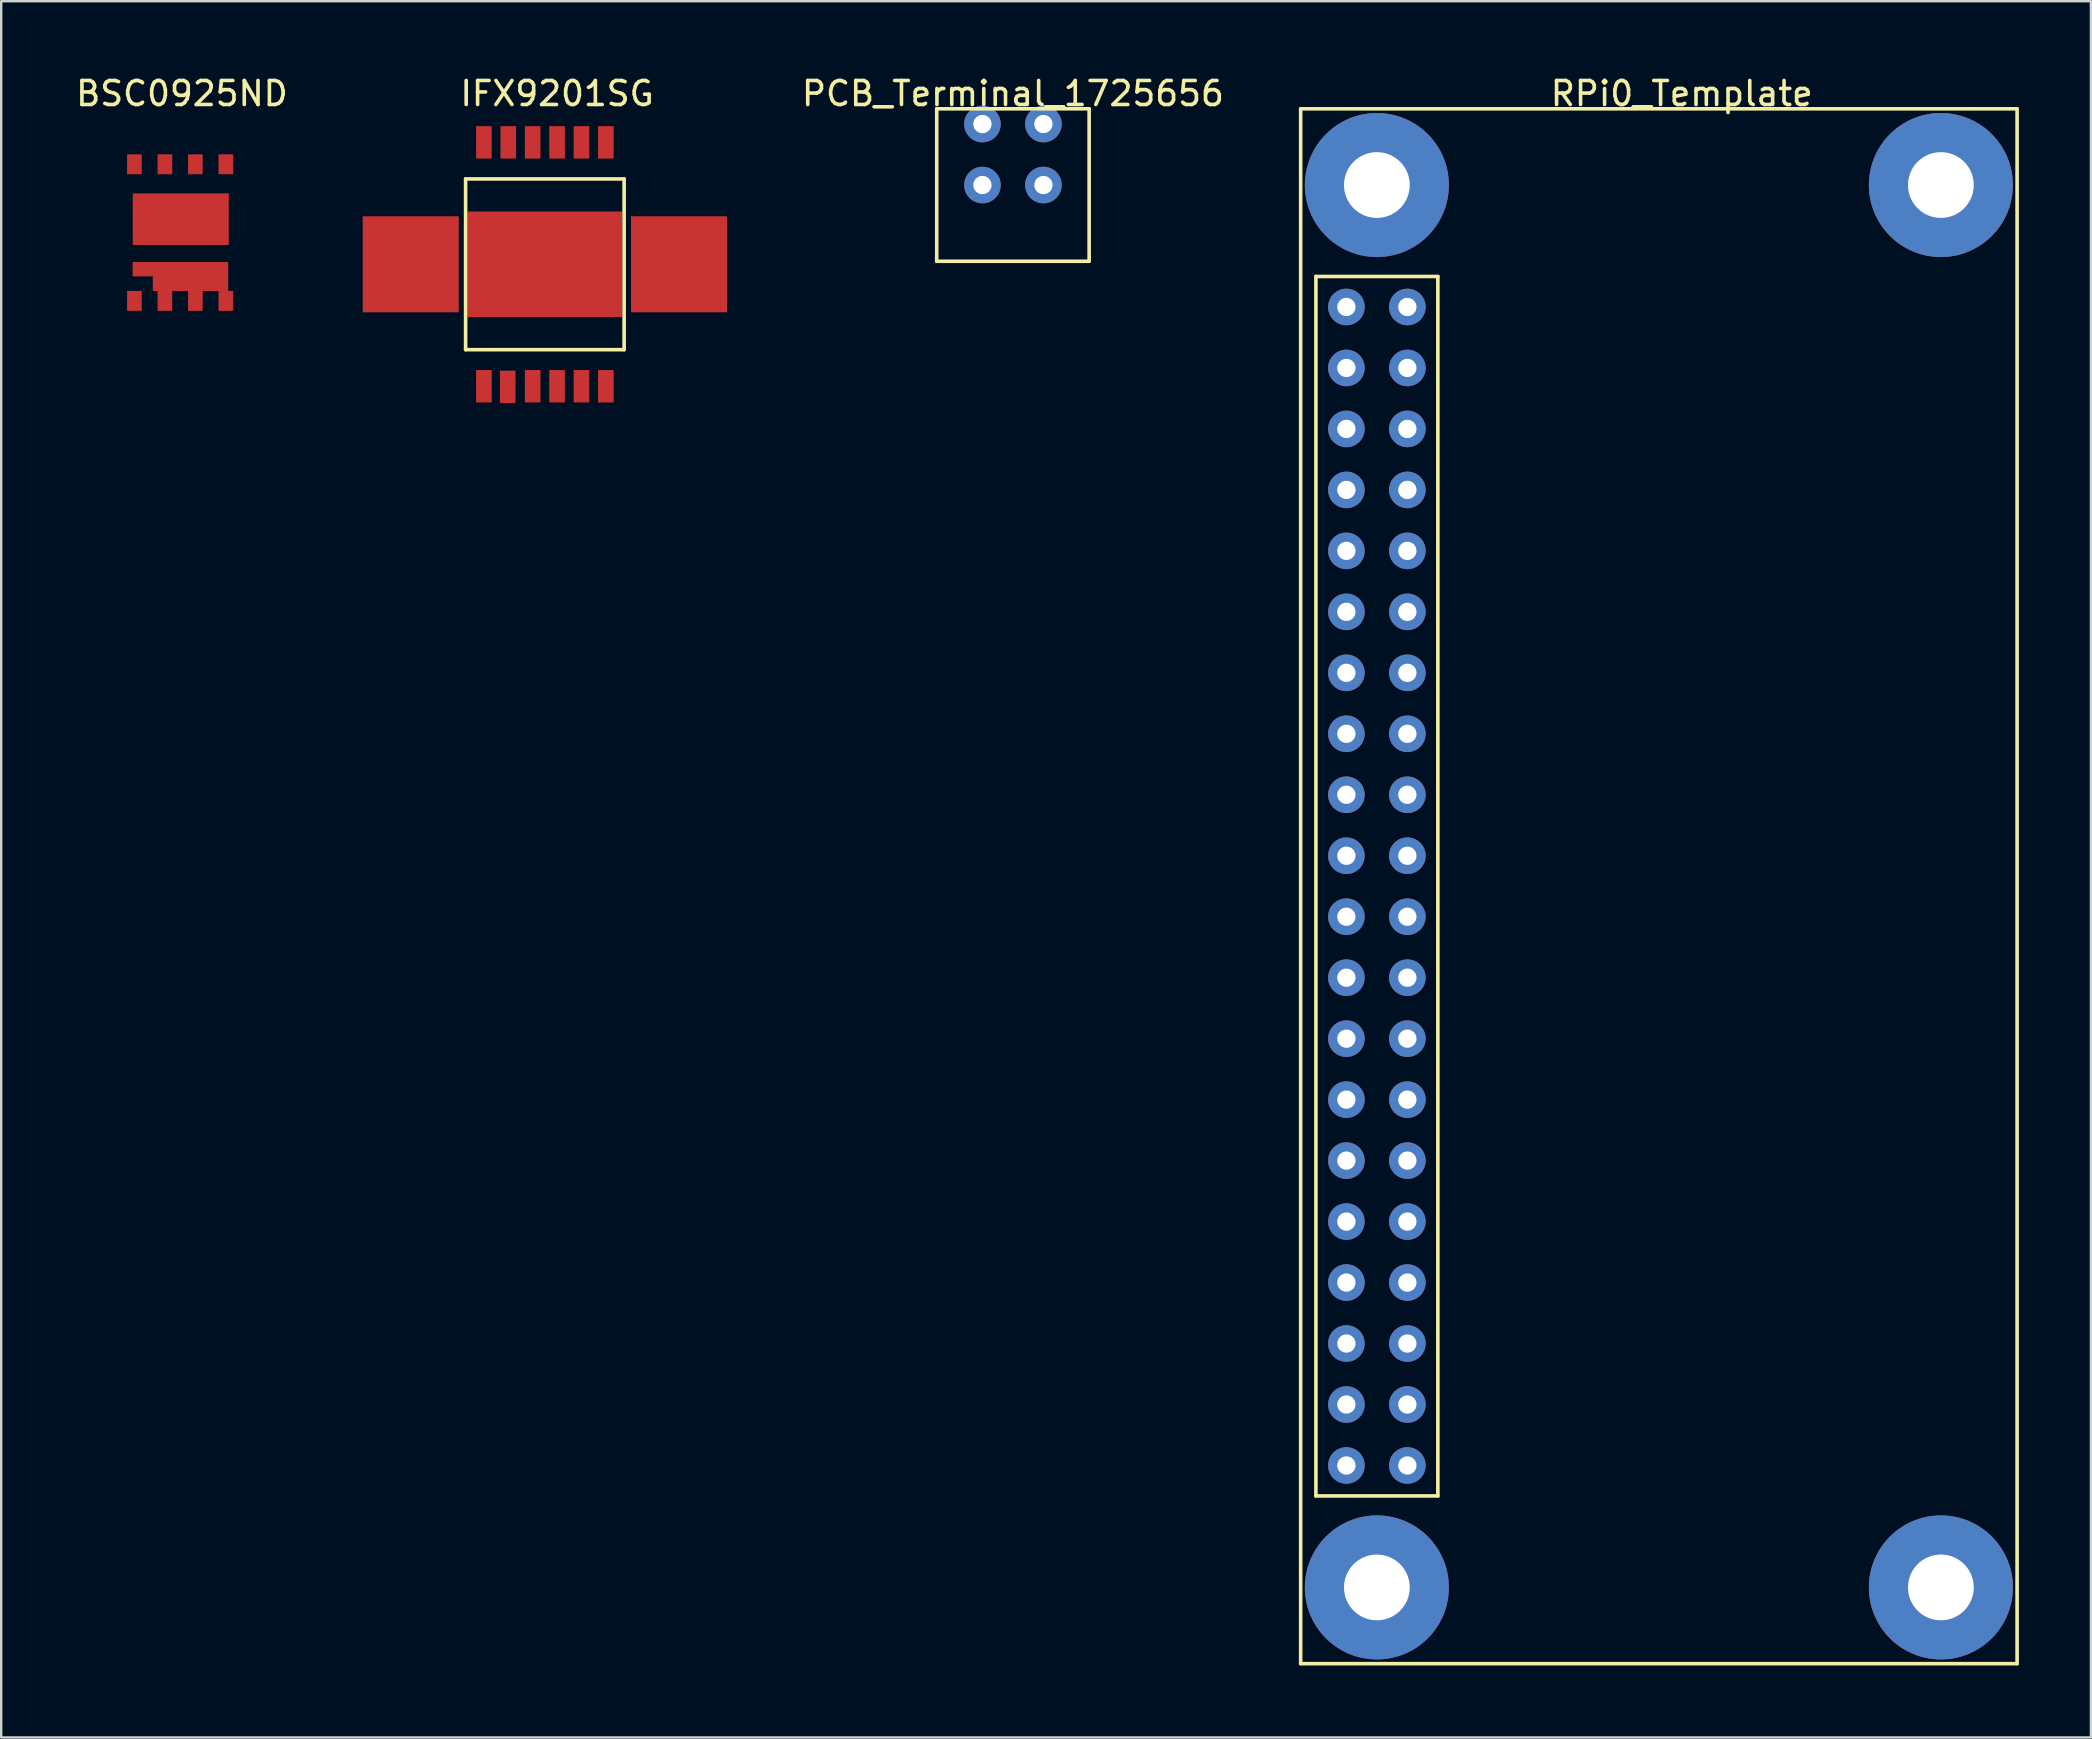
<source format=kicad_pcb>
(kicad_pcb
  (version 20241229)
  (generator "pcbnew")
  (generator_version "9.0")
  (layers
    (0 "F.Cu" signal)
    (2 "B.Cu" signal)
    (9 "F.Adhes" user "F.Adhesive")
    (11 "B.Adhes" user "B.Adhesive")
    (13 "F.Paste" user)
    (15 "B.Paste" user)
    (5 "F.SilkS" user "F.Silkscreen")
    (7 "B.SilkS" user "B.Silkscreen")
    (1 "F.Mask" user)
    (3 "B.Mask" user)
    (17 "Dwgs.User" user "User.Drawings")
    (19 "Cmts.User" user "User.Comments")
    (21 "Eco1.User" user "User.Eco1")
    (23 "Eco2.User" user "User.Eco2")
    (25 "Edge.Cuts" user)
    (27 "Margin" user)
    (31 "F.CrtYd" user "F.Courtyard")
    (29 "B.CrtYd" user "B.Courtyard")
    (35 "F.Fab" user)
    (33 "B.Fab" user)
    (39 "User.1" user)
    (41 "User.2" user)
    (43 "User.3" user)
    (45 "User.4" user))
  (footprint "BSC0925ND"
    (layer "F.Cu")
    (at 4.479 6.639)
    (property "Reference" "BSC0925ND" (at 0.051 -5.791 0) (layer "F.SilkS") (effects (font (size 1 1) (thickness 0.15))))
    (attr through_hole)
    (pad "1" smd rect (at -1.93 2.845 90) (size 0.83 0.61) (layers "F.Cu" "F.Mask" "F.Paste"))
    (pad "2" smd rect (at -0.66 2.845 90) (size 0.83 0.61) (layers "F.Cu" "F.Mask" "F.Paste"))
    (pad "3" smd rect (at 0.61 2.845 270) (size 0.83 0.61) (layers "F.Cu" "F.Mask" "F.Paste"))
    (pad "4" smd rect (at 1.88 2.845 90) (size 0.83 0.61) (layers "F.Cu" "F.Mask" "F.Paste"))
    (pad "5" smd rect (at 1.88 -2.845 90) (size 0.83 0.61) (layers "F.Cu" "F.Mask" "F.Paste"))
    (pad "6" smd rect (at 0.61 -2.845 90) (size 0.83 0.61) (layers "F.Cu" "F.Mask" "F.Paste"))
    (pad "7" smd rect (at -0.66 -2.845 90) (size 0.83 0.61) (layers "F.Cu" "F.Mask" "F.Paste"))
    (pad "8" smd rect (at -1.93 -2.845 90) (size 0.83 0.61) (layers "F.Cu" "F.Mask" "F.Paste"))
    (pad "9" smd rect (at 0 -0.559) (size 4 2.15) (layers "F.Cu" "F.Mask" "F.Paste"))
    (pad "~" smd rect (at -1.575 1.524 90) (size 0.6 0.86) (layers "F.Cu" "F.Mask" "F.Paste"))
    (pad "~" smd rect (at 0.406 1.829) (size 3.14 1.21) (layers "F.Cu" "F.Mask" "F.Paste")))
  (footprint "PCB_Terminal_1725656"
    (layer "F.Cu")
    (at 39.146 4.658)
    (property "Reference" "PCB_Terminal_1725656" (at 0 -3.81 0) (layer "F.SilkS") (effects (font (size 1 1) (thickness 0.15))))
    (attr through_hole)
    (fp_line (start -3.175 -3.175) (end -3.175 3.175) (stroke (width 0.15) (type solid)) (layer "F.SilkS"))
    (fp_line (start -3.175 3.175) (end 3.175 3.175) (stroke (width 0.15) (type solid)) (layer "F.SilkS"))
    (fp_line (start 3.175 -3.175) (end -3.175 -3.175) (stroke (width 0.15) (type solid)) (layer "F.SilkS"))
    (fp_line (start 3.175 3.175) (end 3.175 -3.175) (stroke (width 0.15) (type solid)) (layer "F.SilkS"))
    (pad "" thru_hole circle (at -1.27 -2.54) (size 1.524 1.524) (drill 0.762) (layers "*.Cu" "*.Mask"))
    (pad "" thru_hole circle (at 1.27 -2.54) (size 1.524 1.524) (drill 0.762) (layers "*.Cu" "*.Mask"))
    (pad "1" thru_hole circle (at -1.27 0) (size 1.524 1.524) (drill 0.762) (layers "*.Cu" "*.Mask"))
    (pad "2" thru_hole circle (at 1.27 0) (size 1.524 1.524) (drill 0.762) (layers "*.Cu" "*.Mask")))
  (footprint "RPi0_Template"
    (layer "F.Cu")
    (at 61.292 36.408)
    (property "Reference" "RPi0_Template" (at 5.715 -35.56 0) (layer "F.SilkS") (effects (font (size 1 1) (thickness 0.15))))
    (attr through_hole)
    (fp_line (start -10.16 -34.925) (end 19.685 -34.925) (stroke (width 0.15) (type solid)) (layer "F.SilkS"))
    (fp_line (start -10.16 29.845) (end -10.16 -34.925) (stroke (width 0.15) (type solid)) (layer "F.SilkS"))
    (fp_line (start -9.525 -27.94) (end -4.445 -27.94) (stroke (width 0.15) (type solid)) (layer "F.SilkS"))
    (fp_line (start -9.525 22.86) (end -9.525 -27.94) (stroke (width 0.15) (type solid)) (layer "F.SilkS"))
    (fp_line (start -4.445 -27.94) (end -4.445 22.86) (stroke (width 0.15) (type solid)) (layer "F.SilkS"))
    (fp_line (start -4.445 22.86) (end -9.525 22.86) (stroke (width 0.15) (type solid)) (layer "F.SilkS"))
    (fp_line (start 19.685 -34.925) (end 19.685 29.845) (stroke (width 0.15) (type solid)) (layer "F.SilkS"))
    (fp_line (start 19.685 29.845) (end -10.16 29.845) (stroke (width 0.15) (type solid)) (layer "F.SilkS"))
    (pad "" thru_hole circle (at -6.985 -31.75) (size 6 6) (drill 2.74) (layers "*.Cu" "*.Mask"))
    (pad "" thru_hole circle (at -6.985 26.67) (size 6 6) (drill 2.74) (layers "*.Cu" "*.Mask"))
    (pad "" thru_hole circle (at 16.51 -31.75) (size 6 6) (drill 2.74) (layers "*.Cu" "*.Mask"))
    (pad "" thru_hole circle (at 16.51 26.67) (size 6 6) (drill 2.74) (layers "*.Cu" "*.Mask"))
    (pad "1" thru_hole circle (at -5.715 21.59) (size 1.524 1.524) (drill 0.762) (layers "*.Cu" "*.Mask"))
    (pad "2" thru_hole circle (at -8.255 21.59) (size 1.524 1.524) (drill 0.762) (layers "*.Cu" "*.Mask"))
    (pad "3" thru_hole circle (at -5.715 19.05) (size 1.524 1.524) (drill 0.762) (layers "*.Cu" "*.Mask"))
    (pad "4" thru_hole circle (at -8.255 19.05) (size 1.524 1.524) (drill 0.762) (layers "*.Cu" "*.Mask"))
    (pad "5" thru_hole circle (at -5.715 16.51) (size 1.524 1.524) (drill 0.762) (layers "*.Cu" "*.Mask"))
    (pad "6" thru_hole circle (at -8.255 16.51) (size 1.524 1.524) (drill 0.762) (layers "*.Cu" "*.Mask"))
    (pad "7" thru_hole circle (at -5.715 13.97) (size 1.524 1.524) (drill 0.762) (layers "*.Cu" "*.Mask"))
    (pad "8" thru_hole circle (at -8.255 13.97) (size 1.524 1.524) (drill 0.762) (layers "*.Cu" "*.Mask"))
    (pad "9" thru_hole circle (at -5.715 11.43) (size 1.524 1.524) (drill 0.762) (layers "*.Cu" "*.Mask"))
    (pad "10" thru_hole circle (at -8.255 11.43) (size 1.524 1.524) (drill 0.762) (layers "*.Cu" "*.Mask"))
    (pad "11" thru_hole circle (at -5.715 8.89) (size 1.524 1.524) (drill 0.762) (layers "*.Cu" "*.Mask"))
    (pad "12" thru_hole circle (at -8.255 8.89) (size 1.524 1.524) (drill 0.762) (layers "*.Cu" "*.Mask"))
    (pad "13" thru_hole circle (at -5.715 6.35) (size 1.524 1.524) (drill 0.762) (layers "*.Cu" "*.Mask"))
    (pad "14" thru_hole circle (at -8.255 6.35) (size 1.524 1.524) (drill 0.762) (layers "*.Cu" "*.Mask"))
    (pad "15" thru_hole circle (at -5.715 3.81) (size 1.524 1.524) (drill 0.762) (layers "*.Cu" "*.Mask"))
    (pad "16" thru_hole circle (at -8.255 3.81) (size 1.524 1.524) (drill 0.762) (layers "*.Cu" "*.Mask"))
    (pad "17" thru_hole circle (at -5.715 1.27) (size 1.524 1.524) (drill 0.762) (layers "*.Cu" "*.Mask"))
    (pad "18" thru_hole circle (at -8.255 1.27) (size 1.524 1.524) (drill 0.762) (layers "*.Cu" "*.Mask"))
    (pad "19" thru_hole circle (at -5.715 -1.27) (size 1.524 1.524) (drill 0.762) (layers "*.Cu" "*.Mask"))
    (pad "20" thru_hole circle (at -8.255 -1.27) (size 1.524 1.524) (drill 0.762) (layers "*.Cu" "*.Mask"))
    (pad "21" thru_hole circle (at -5.715 -3.81) (size 1.524 1.524) (drill 0.762) (layers "*.Cu" "*.Mask"))
    (pad "22" thru_hole circle (at -8.255 -3.81) (size 1.524 1.524) (drill 0.762) (layers "*.Cu" "*.Mask"))
    (pad "23" thru_hole circle (at -5.715 -6.35) (size 1.524 1.524) (drill 0.762) (layers "*.Cu" "*.Mask"))
    (pad "24" thru_hole circle (at -8.255 -6.35) (size 1.524 1.524) (drill 0.762) (layers "*.Cu" "*.Mask"))
    (pad "25" thru_hole circle (at -5.715 -8.89) (size 1.524 1.524) (drill 0.762) (layers "*.Cu" "*.Mask"))
    (pad "26" thru_hole circle (at -8.255 -8.89) (size 1.524 1.524) (drill 0.762) (layers "*.Cu" "*.Mask"))
    (pad "27" thru_hole circle (at -5.715 -11.43) (size 1.524 1.524) (drill 0.762) (layers "*.Cu" "*.Mask"))
    (pad "28" thru_hole circle (at -8.255 -11.43) (size 1.524 1.524) (drill 0.762) (layers "*.Cu" "*.Mask"))
    (pad "29" thru_hole circle (at -5.715 -13.97) (size 1.524 1.524) (drill 0.762) (layers "*.Cu" "*.Mask"))
    (pad "30" thru_hole circle (at -8.255 -13.97) (size 1.524 1.524) (drill 0.762) (layers "*.Cu" "*.Mask"))
    (pad "31" thru_hole circle (at -5.715 -16.51) (size 1.524 1.524) (drill 0.762) (layers "*.Cu" "*.Mask"))
    (pad "32" thru_hole circle (at -8.255 -16.51) (size 1.524 1.524) (drill 0.762) (layers "*.Cu" "*.Mask"))
    (pad "33" thru_hole circle (at -5.715 -19.05) (size 1.524 1.524) (drill 0.762) (layers "*.Cu" "*.Mask"))
    (pad "34" thru_hole circle (at -8.255 -19.05) (size 1.524 1.524) (drill 0.762) (layers "*.Cu" "*.Mask"))
    (pad "35" thru_hole circle (at -5.715 -21.59) (size 1.524 1.524) (drill 0.762) (layers "*.Cu" "*.Mask"))
    (pad "36" thru_hole circle (at -8.255 -21.59) (size 1.524 1.524) (drill 0.762) (layers "*.Cu" "*.Mask"))
    (pad "37" thru_hole circle (at -5.715 -24.13) (size 1.524 1.524) (drill 0.762) (layers "*.Cu" "*.Mask"))
    (pad "38" thru_hole circle (at -8.255 -24.13) (size 1.524 1.524) (drill 0.762) (layers "*.Cu" "*.Mask"))
    (pad "39" thru_hole circle (at -5.715 -26.67) (size 1.524 1.524) (drill 0.762) (layers "*.Cu" "*.Mask"))
    (pad "40" thru_hole circle (at -8.255 -26.67) (size 1.524 1.524) (drill 0.762) (layers "*.Cu" "*.Mask")))
  (footprint "IFX9201SG"
    (layer "F.Cu")
    (at 19.648 7.96)
    (property "Reference" "IFX9201SG" (at 0.508 -7.112 0) (layer "F.SilkS") (effects (font (size 1 1) (thickness 0.15))))
    (attr through_hole)
    (fp_line (start -3.81 -1.905) (end -2.54 -1.905) (stroke (width 0.15) (type solid)) (layer "F.Mask"))
    (fp_line (start -3.81 -1.27) (end -2.54 -1.27) (stroke (width 0.15) (type solid)) (layer "F.Mask"))
    (fp_line (start -3.81 -0.635) (end -2.54 -0.635) (stroke (width 0.15) (type solid)) (layer "F.Mask"))
    (fp_line (start -3.81 0) (end -2.54 0) (stroke (width 0.15) (type solid)) (layer "F.Mask"))
    (fp_line (start -3.81 0.635) (end -2.54 0.635) (stroke (width 0.15) (type solid)) (layer "F.Mask"))
    (fp_line (start -3.81 1.27) (end -2.54 1.27) (stroke (width 0.15) (type solid)) (layer "F.Mask"))
    (fp_line (start -3.81 1.905) (end -2.54 1.905) (stroke (width 0.15) (type solid)) (layer "F.Mask"))
    (fp_line (start -2.54 -1.905) (end -3.81 -1.27) (stroke (width 0.15) (type solid)) (layer "F.Mask"))
    (fp_line (start -2.54 -1.27) (end -3.81 -0.635) (stroke (width 0.15) (type solid)) (layer "F.Mask"))
    (fp_line (start -2.54 -0.635) (end -3.81 0) (stroke (width 0.15) (type solid)) (layer "F.Mask"))
    (fp_line (start -2.54 0) (end -3.81 0.635) (stroke (width 0.15) (type solid)) (layer "F.Mask"))
    (fp_line (start -2.54 0.635) (end -3.81 1.27) (stroke (width 0.15) (type solid)) (layer "F.Mask"))
    (fp_line (start -2.54 1.27) (end -3.81 1.905) (stroke (width 0.15) (type solid)) (layer "F.Mask"))
    (fp_line (start 2.54 -1.905) (end 3.81 -1.905) (stroke (width 0.15) (type solid)) (layer "F.Mask"))
    (fp_line (start 2.54 -1.27) (end 3.81 -1.27) (stroke (width 0.15) (type solid)) (layer "F.Mask"))
    (fp_line (start 2.54 -0.635) (end 3.81 -0.635) (stroke (width 0.15) (type solid)) (layer "F.Mask"))
    (fp_line (start 2.54 0) (end 3.81 0) (stroke (width 0.15) (type solid)) (layer "F.Mask"))
    (fp_line (start 2.54 0.635) (end 3.81 0.635) (stroke (width 0.15) (type solid)) (layer "F.Mask"))
    (fp_line (start 2.54 1.27) (end 3.81 1.27) (stroke (width 0.15) (type solid)) (layer "F.Mask"))
    (fp_line (start 2.54 1.905) (end 3.81 1.905) (stroke (width 0.15) (type solid)) (layer "F.Mask"))
    (fp_line (start 3.81 -1.905) (end 2.54 -1.27) (stroke (width 0.15) (type solid)) (layer "F.Mask"))
    (fp_line (start 3.81 -1.27) (end 2.54 -0.635) (stroke (width 0.15) (type solid)) (layer "F.Mask"))
    (fp_line (start 3.81 -0.635) (end 2.54 0) (stroke (width 0.15) (type solid)) (layer "F.Mask"))
    (fp_line (start 3.81 0) (end 2.54 0.635) (stroke (width 0.15) (type solid)) (layer "F.Mask"))
    (fp_line (start 3.81 0.635) (end 2.54 1.27) (stroke (width 0.15) (type solid)) (layer "F.Mask"))
    (fp_line (start 3.81 1.27) (end 2.54 1.905) (stroke (width 0.15) (type solid)) (layer "F.Mask"))
    (fp_line (start -3.302 -3.556) (end 3.302 -3.556) (stroke (width 0.15) (type solid)) (layer "F.SilkS"))
    (fp_line (start -3.302 3.556) (end -3.302 -3.556) (stroke (width 0.15) (type solid)) (layer "F.SilkS"))
    (fp_line (start 3.302 -3.556) (end 3.302 3.556) (stroke (width 0.15) (type solid)) (layer "F.SilkS"))
    (fp_line (start 3.302 3.556) (end -3.302 3.556) (stroke (width 0.15) (type solid)) (layer "F.SilkS"))
    (pad "1" smd rect (at -2.54 5.08) (size 0.65 1.35) (layers "F.Cu" "F.Mask" "F.Paste"))
    (pad "2" smd rect (at -1.549 5.105) (size 0.65 1.35) (layers "F.Cu" "F.Mask" "F.Paste"))
    (pad "3" smd rect (at -0.508 5.08) (size 0.65 1.35) (layers "F.Cu" "F.Mask" "F.Paste"))
    (pad "4" smd rect (at 0.508 5.08) (size 0.65 1.35) (layers "F.Cu" "F.Mask" "F.Paste"))
    (pad "5" smd rect (at 1.524 5.08) (size 0.65 1.35) (layers "F.Cu" "F.Mask" "F.Paste"))
    (pad "6" smd rect (at 2.54 5.08) (size 0.65 1.35) (layers "F.Cu" "F.Mask" "F.Paste"))
    (pad "7" smd rect (at 2.54 -5.08) (size 0.65 1.35) (layers "F.Cu" "F.Mask" "F.Paste"))
    (pad "8" smd rect (at 1.524 -5.08) (size 0.65 1.35) (layers "F.Cu" "F.Mask" "F.Paste"))
    (pad "9" smd rect (at 0.508 -5.08) (size 0.65 1.35) (layers "F.Cu" "F.Mask" "F.Paste"))
    (pad "10" smd rect (at -0.508 -5.08) (size 0.65 1.35) (layers "F.Cu" "F.Mask" "F.Paste"))
    (pad "11" smd rect (at -1.524 -5.08) (size 0.65 1.35) (layers "F.Cu" "F.Mask" "F.Paste"))
    (pad "12" smd rect (at -2.54 -5.08) (size 0.65 1.35) (layers "F.Cu" "F.Mask" "F.Paste"))
    (pad "~" smd rect (at -5.588 0) (size 4 4) (layers "F.Cu" "F.Mask"))
    (pad "~" smd rect (at 0 0) (size 6.45 4.4) (layers "F.Cu" "F.Mask" "F.Paste"))
    (pad "~" smd rect (at 5.588 0) (size 4 4) (layers "F.Cu" "F.Mask")))
  (gr_rect
    (start -3 -3)
    (end 84.052 69.328)
    (stroke (width 0.1) (type default))
    (fill no)
    (layer "Edge.Cuts")))
</source>
